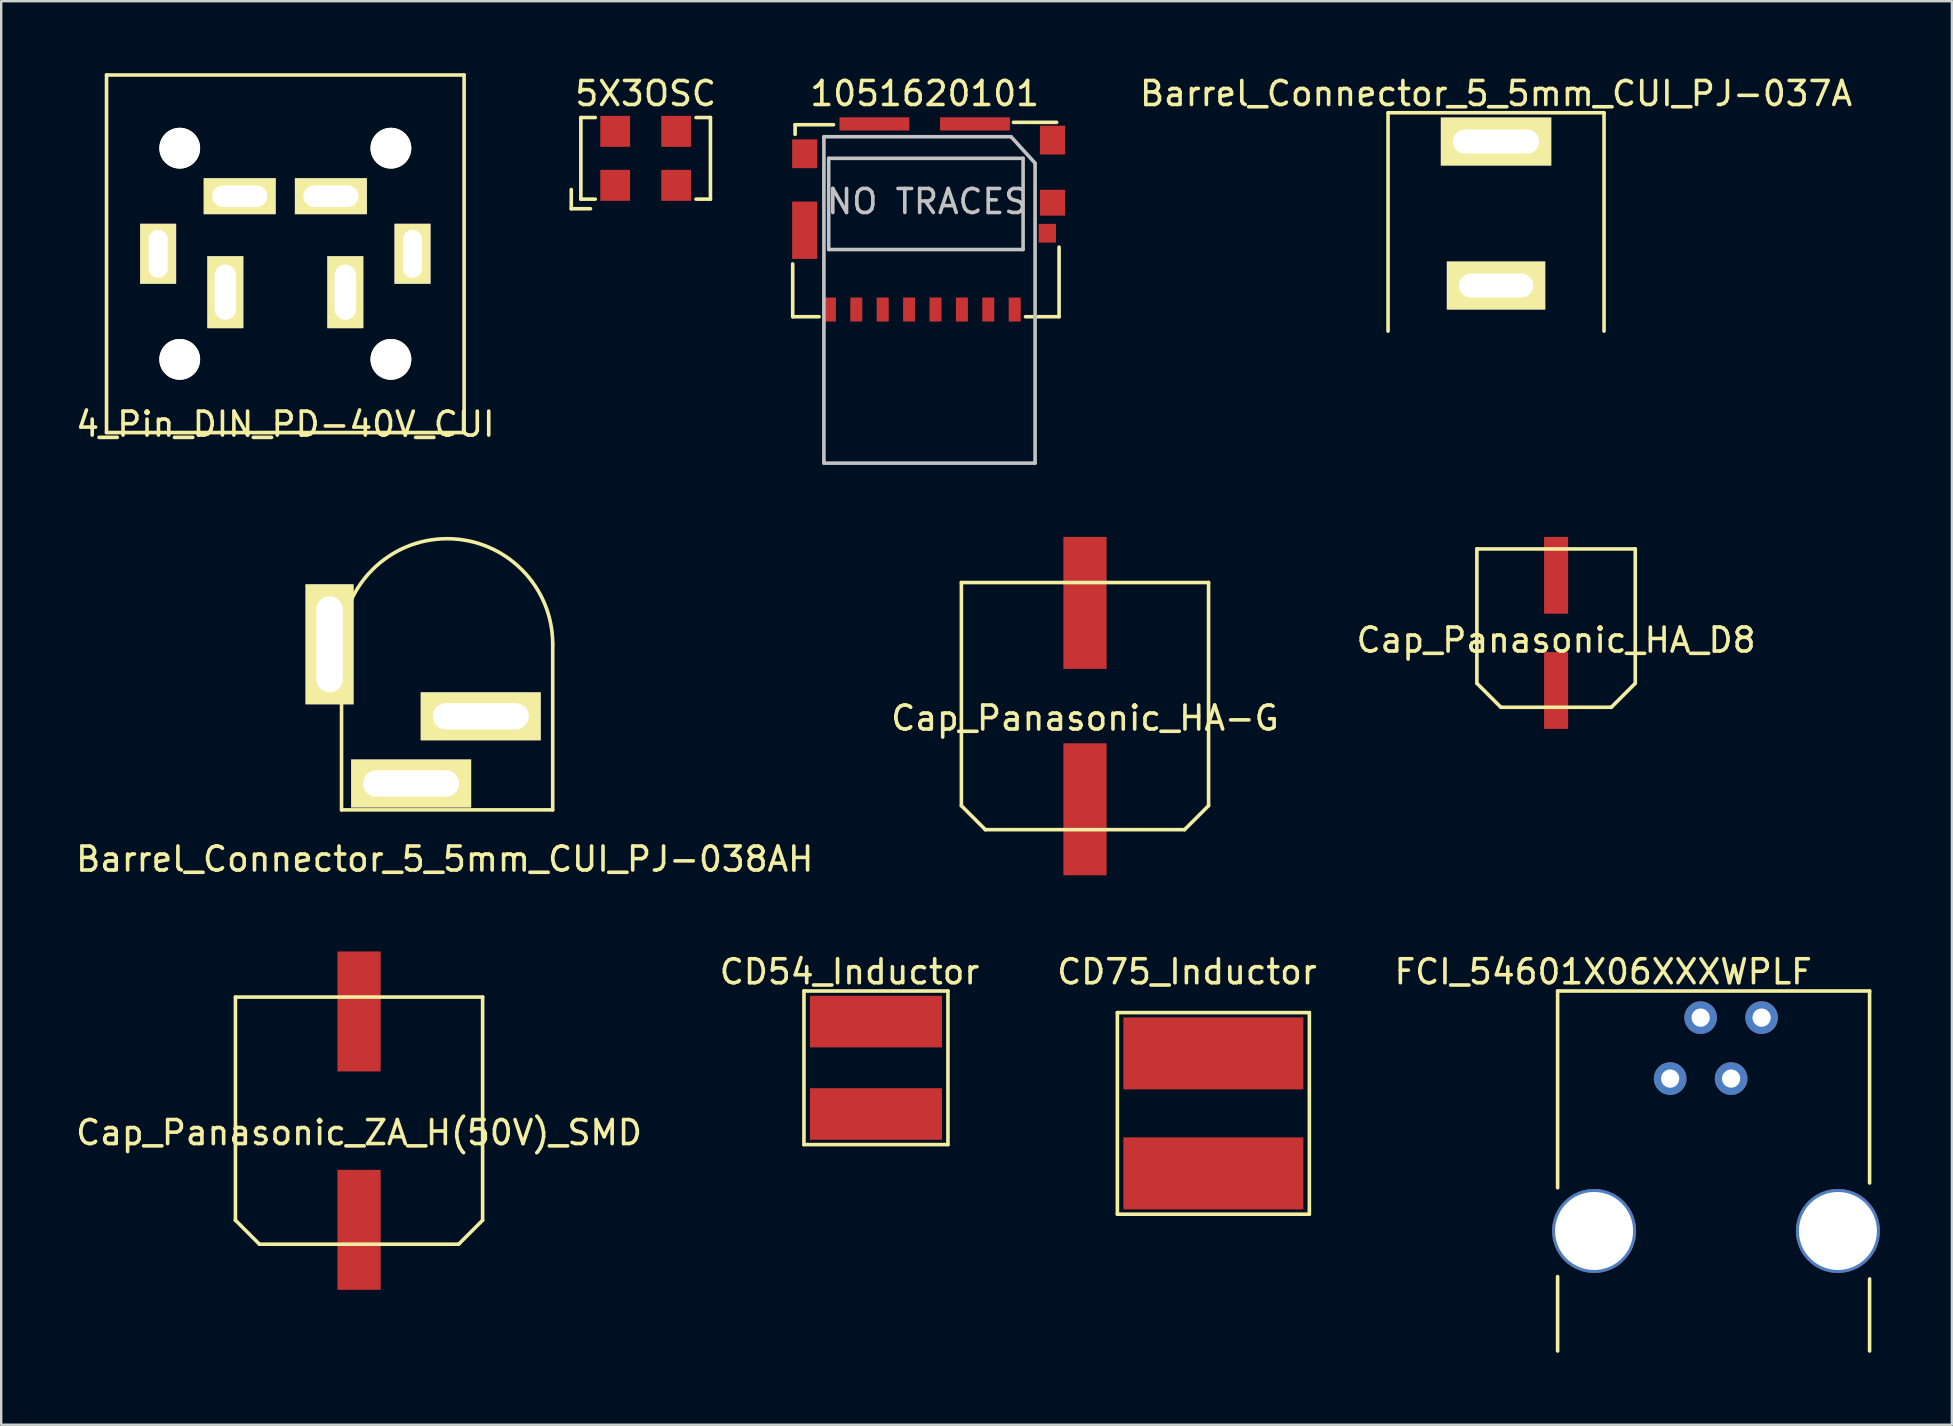
<source format=kicad_pcb>
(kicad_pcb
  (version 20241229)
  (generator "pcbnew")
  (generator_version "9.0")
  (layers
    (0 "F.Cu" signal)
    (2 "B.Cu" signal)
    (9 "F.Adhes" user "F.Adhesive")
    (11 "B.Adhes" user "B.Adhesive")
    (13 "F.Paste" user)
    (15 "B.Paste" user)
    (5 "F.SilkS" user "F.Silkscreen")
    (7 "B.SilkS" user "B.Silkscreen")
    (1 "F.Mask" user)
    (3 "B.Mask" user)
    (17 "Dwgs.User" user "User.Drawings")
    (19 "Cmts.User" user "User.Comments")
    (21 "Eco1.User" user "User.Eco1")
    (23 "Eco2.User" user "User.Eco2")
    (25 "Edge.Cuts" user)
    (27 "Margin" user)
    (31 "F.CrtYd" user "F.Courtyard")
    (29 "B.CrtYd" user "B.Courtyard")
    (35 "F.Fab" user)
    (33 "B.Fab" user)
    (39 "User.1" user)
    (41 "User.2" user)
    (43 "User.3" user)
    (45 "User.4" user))
  (footprint "CD54_Inductor"
    (layer "F.Cu")
    (at 33.451 41.445)
    (property "Reference" "CD54_Inductor" (at -1.1 -4 0) (layer "F.SilkS") (effects (font (size 1 1) (thickness 0.15))))
    (attr through_hole)
    (fp_line (start -3 -3.2) (end -3 3.2) (stroke (width 0.15) (type solid)) (layer "F.SilkS"))
    (fp_line (start -3 3.2) (end 3 3.2) (stroke (width 0.15) (type solid)) (layer "F.SilkS"))
    (fp_line (start 3 -3.2) (end -3 -3.2) (stroke (width 0.15) (type solid)) (layer "F.SilkS"))
    (fp_line (start 3 3.2) (end 3 -3.2) (stroke (width 0.15) (type solid)) (layer "F.SilkS"))
    (pad "1" smd rect (at 0 -1.925) (size 5.5 2.15) (layers "F.Cu" "F.Mask" "F.Paste"))
    (pad "2" smd rect (at 0 1.925) (size 5.5 2.15) (layers "F.Cu" "F.Mask" "F.Paste")))
  (footprint "Cap_Panasonic_HA_D8"
    (layer "F.Cu")
    (at 61.792 23.123)
    (property "Reference" "Cap_Panasonic_HA_D8" (at 0 0.5 0) (layer "F.SilkS") (effects (font (size 1 1) (thickness 0.15))))
    (attr through_hole)
    (fp_line (start -3.3 -3.3) (end 3.3 -3.3) (stroke (width 0.15) (type solid)) (layer "F.SilkS"))
    (fp_line (start -3.3 2.3) (end -3.3 -3.3) (stroke (width 0.15) (type solid)) (layer "F.SilkS"))
    (fp_line (start -2.3 3.3) (end -3.3 2.3) (stroke (width 0.15) (type solid)) (layer "F.SilkS"))
    (fp_line (start 2.3 3.3) (end -2.3 3.3) (stroke (width 0.15) (type solid)) (layer "F.SilkS"))
    (fp_line (start 3.3 -3.3) (end 3.3 2.3) (stroke (width 0.15) (type solid)) (layer "F.SilkS"))
    (fp_line (start 3.3 2.3) (end 2.3 3.3) (stroke (width 0.15) (type solid)) (layer "F.SilkS"))
    (pad "1" smd rect (at 0 -2.2) (size 1 3.2) (layers "F.Cu" "F.Mask" "F.Paste"))
    (pad "2" smd rect (at 0 2.6) (size 1 3.2) (layers "F.Cu" "F.Mask" "F.Paste")))
  (footprint "Cap_Panasonic_ZA_H(50V)_SMD"
    (layer "F.Cu")
    (at 11.911 43.647)
    (property "Reference" "Cap_Panasonic_ZA_H(50V)_SMD" (at 0 0.5 0) (layer "F.SilkS") (effects (font (size 1 1) (thickness 0.15))))
    (attr through_hole)
    (fp_line (start -5.15 -5.15) (end 5.15 -5.15) (stroke (width 0.15) (type solid)) (layer "F.SilkS"))
    (fp_line (start -5.15 4.15) (end -5.15 -5.15) (stroke (width 0.15) (type solid)) (layer "F.SilkS"))
    (fp_line (start -4.15 5.15) (end -5.15 4.15) (stroke (width 0.15) (type solid)) (layer "F.SilkS"))
    (fp_line (start 4.15 5.15) (end -4.15 5.15) (stroke (width 0.15) (type solid)) (layer "F.SilkS"))
    (fp_line (start 5.15 -5.15) (end 5.15 4.15) (stroke (width 0.15) (type solid)) (layer "F.SilkS"))
    (fp_line (start 5.15 4.15) (end 4.15 5.15) (stroke (width 0.15) (type solid)) (layer "F.SilkS"))
    (pad "1" smd rect (at 0 4.55) (size 1.8 5) (layers "F.Cu" "F.Mask" "F.Paste"))
    (pad "2" smd rect (at 0 -4.55) (size 1.8 5) (layers "F.Cu" "F.Mask" "F.Paste")))
  (footprint "5X3OSC"
    (layer "F.Cu")
    (at 23.854 3.548)
    (property "Reference" "5X3OSC" (at 0 -2.7 0) (layer "F.SilkS") (effects (font (size 1 1) (thickness 0.15))))
    (attr through_hole)
    (fp_line (start -3.1 2.1) (end -3.1 1.3) (stroke (width 0.15) (type solid)) (layer "F.SilkS"))
    (fp_line (start -2.7 -1.7) (end -2.7 1.7) (stroke (width 0.15) (type solid)) (layer "F.SilkS"))
    (fp_line (start -2.7 -1.7) (end -2.1 -1.7) (stroke (width 0.15) (type solid)) (layer "F.SilkS"))
    (fp_line (start -2.7 1.7) (end -2.1 1.7) (stroke (width 0.15) (type solid)) (layer "F.SilkS"))
    (fp_line (start -2.3 2.1) (end -3.1 2.1) (stroke (width 0.15) (type solid)) (layer "F.SilkS"))
    (fp_line (start 2.1 -1.7) (end 2.7 -1.7) (stroke (width 0.15) (type solid)) (layer "F.SilkS"))
    (fp_line (start 2.7 -1.7) (end 2.7 1.7) (stroke (width 0.15) (type solid)) (layer "F.SilkS"))
    (fp_line (start 2.7 1.7) (end 2.1 1.7) (stroke (width 0.15) (type solid)) (layer "F.SilkS"))
    (pad "1" smd rect (at -1.27 1.125) (size 1.24 1.29) (layers "F.Cu" "F.Mask" "F.Paste"))
    (pad "2" smd rect (at 1.27 1.125) (size 1.24 1.29) (layers "F.Cu" "F.Mask" "F.Paste"))
    (pad "3" smd rect (at 1.27 -1.125) (size 1.24 1.29) (layers "F.Cu" "F.Mask" "F.Paste"))
    (pad "4" smd rect (at -1.27 -1.125) (size 1.24 1.29) (layers "F.Cu" "F.Mask" "F.Paste")))
  (footprint "CD75_Inductor"
    (layer "F.Cu")
    (at 47.511 43.345)
    (property "Reference" "CD75_Inductor" (at -1.1 -5.9 0) (layer "F.SilkS") (effects (font (size 1 1) (thickness 0.15))))
    (attr through_hole)
    (fp_line (start -4 -4.2) (end 4 -4.2) (stroke (width 0.15) (type solid)) (layer "F.SilkS"))
    (fp_line (start -4 4.2) (end -4 -4.2) (stroke (width 0.15) (type solid)) (layer "F.SilkS"))
    (fp_line (start 4 -4.2) (end 4 4.2) (stroke (width 0.15) (type solid)) (layer "F.SilkS"))
    (fp_line (start 4 4.2) (end -4 4.2) (stroke (width 0.15) (type solid)) (layer "F.SilkS"))
    (pad "1" smd rect (at 0 -2.5) (size 7.5 3) (layers "F.Cu" "F.Mask" "F.Paste"))
    (pad "2" smd rect (at 0 2.5) (size 7.5 3) (layers "F.Cu" "F.Mask" "F.Paste")))
  (footprint "Barrel_Connector_5_5mm_CUI_PJ-037A"
    (layer "F.Cu")
    (at 59.29 8.848)
    (property "Reference" "Barrel_Connector_5_5mm_CUI_PJ-037A" (at 0 -8 0) (layer "F.SilkS") (effects (font (size 1 1) (thickness 0.15))))
    (attr through_hole)
    (fp_line (start -4.5 -7.2) (end 4.5 -7.2) (stroke (width 0.15) (type solid)) (layer "F.SilkS"))
    (fp_line (start -4.5 1.9) (end -4.5 -7.2) (stroke (width 0.15) (type solid)) (layer "F.SilkS"))
    (fp_line (start 4.5 -7.2) (end 4.5 1.9) (stroke (width 0.15) (type solid)) (layer "F.SilkS"))
    (pad "1" thru_hole rect (at 0 -6) (size 4.6 2) (drill oval 3.6 1) (layers "*.Cu" "*.Mask" "F.SilkS"))
    (pad "2" thru_hole rect (at 0 0) (size 4.1 2) (drill oval 3.1 1) (layers "*.Cu" "*.Mask" "F.SilkS")))
  (footprint "FCI_54601X06XXXWPLF"
    (layer "F.Cu")
    (at 68.456 48.245)
    (property "Reference" "FCI_54601X06XXXWPLF" (at -4.7 -10.8 0) (layer "F.SilkS") (effects (font (size 1 1) (thickness 0.15))))
    (attr through_hole)
    (fp_line (start -6.6 -10) (end 6.4 -10) (stroke (width 0.15) (type solid)) (layer "F.SilkS"))
    (fp_line (start -6.6 -1.8) (end -6.6 -10) (stroke (width 0.15) (type solid)) (layer "F.SilkS"))
    (fp_line (start -6.6 5) (end -6.6 1.9) (stroke (width 0.15) (type solid)) (layer "F.SilkS"))
    (fp_line (start 6.4 -10) (end 6.4 -2) (stroke (width 0.15) (type solid)) (layer "F.SilkS"))
    (fp_line (start 6.4 2) (end 6.4 5) (stroke (width 0.15) (type solid)) (layer "F.SilkS"))
    (pad "" np_thru_hole circle (at -5.08 0) (size 3.5 3.5) (drill 3.25) (layers "*.Cu" "*.Mask"))
    (pad "" np_thru_hole circle (at 5.08 0) (size 3.5 3.5) (drill 3.25) (layers "*.Cu" "*.Mask"))
    (pad "2" thru_hole circle (at -0.64 -8.89) (size 1.36 1.36) (drill 0.76) (layers "*.Cu" "*.Mask"))
    (pad "3" thru_hole circle (at 1.9 -8.89) (size 1.36 1.36) (drill 0.76) (layers "*.Cu" "*.Mask"))
    (pad "4" thru_hole circle (at -1.91 -6.35) (size 1.36 1.36) (drill 0.76) (layers "*.Cu" "*.Mask"))
    (pad "5" thru_hole circle (at 0.63 -6.35) (size 1.36 1.36) (drill 0.76) (layers "*.Cu" "*.Mask")))
  (footprint "4_Pin_DIN_PD-40V_CUI"
    (layer "F.Cu")
    (at 8.839 7.525)
    (property "Reference" "4_Pin_DIN_PD-40V_CUI" (at 0 7.1 0) (layer "F.SilkS") (effects (font (size 1 1) (thickness 0.15))))
    (attr through_hole)
    (fp_line (start -7.45 -7.45) (end 7.45 -7.45) (stroke (width 0.15) (type solid)) (layer "F.SilkS"))
    (fp_line (start -7.45 7.45) (end -7.45 -7.45) (stroke (width 0.15) (type solid)) (layer "F.SilkS"))
    (fp_line (start 7.45 -7.45) (end 7.45 7.45) (stroke (width 0.15) (type solid)) (layer "F.SilkS"))
    (fp_line (start 7.45 7.45) (end -7.45 7.45) (stroke (width 0.15) (type solid)) (layer "F.SilkS"))
    (pad "" np_thru_hole circle (at -4.4 -4.4) (size 1.7 1.7) (drill 1.7) (layers "*.Cu" "*.Mask" "F.SilkS"))
    (pad "" np_thru_hole circle (at -4.4 4.4) (size 1.7 1.7) (drill 1.7) (layers "*.Cu" "*.Mask" "F.SilkS"))
    (pad "" np_thru_hole circle (at 4.4 -4.4) (size 1.7 1.7) (drill 1.7) (layers "*.Cu" "*.Mask" "F.SilkS"))
    (pad "" np_thru_hole circle (at 4.4 4.4) (size 1.7 1.7) (drill 1.7) (layers "*.Cu" "*.Mask" "F.SilkS"))
    (pad "1" thru_hole rect (at -1.9 -2.4) (size 3 1.5) (drill oval 2.3 0.9) (layers "*.Cu" "*.Mask" "F.SilkS"))
    (pad "2" thru_hole rect (at 1.9 -2.4) (size 3 1.5) (drill oval 2.3 0.9) (layers "*.Cu" "*.Mask" "F.SilkS"))
    (pad "3" thru_hole rect (at -2.5 1.6) (size 1.5 3) (drill oval 0.9 2.3) (layers "*.Cu" "*.Mask" "F.SilkS"))
    (pad "4" thru_hole rect (at 2.5 1.6) (size 1.5 3) (drill oval 0.9 2.3) (layers "*.Cu" "*.Mask" "F.SilkS"))
    (pad "5" thru_hole rect (at -5.3 0) (size 1.5 2.5) (drill oval 0.8 2) (layers "*.Cu" "*.Mask" "F.SilkS"))
    (pad "6" thru_hole rect (at 5.3 0) (size 1.5 2.5) (drill oval 0.8 2) (layers "*.Cu" "*.Mask" "F.SilkS")))
  (footprint "Cap_Panasonic_HA-G"
    (layer "F.Cu")
    (at 42.161 26.373)
    (property "Reference" "Cap_Panasonic_HA-G" (at 0 0.5 0) (layer "F.SilkS") (effects (font (size 1 1) (thickness 0.15))))
    (attr through_hole)
    (fp_line (start -5.15 -5.15) (end 5.15 -5.15) (stroke (width 0.15) (type solid)) (layer "F.SilkS"))
    (fp_line (start -5.15 4.15) (end -5.15 -5.15) (stroke (width 0.15) (type solid)) (layer "F.SilkS"))
    (fp_line (start -4.15 5.15) (end -5.15 4.15) (stroke (width 0.15) (type solid)) (layer "F.SilkS"))
    (fp_line (start 4.15 5.15) (end -4.15 5.15) (stroke (width 0.15) (type solid)) (layer "F.SilkS"))
    (fp_line (start 5.15 -5.15) (end 5.15 4.15) (stroke (width 0.15) (type solid)) (layer "F.SilkS"))
    (fp_line (start 5.15 4.15) (end 4.15 5.15) (stroke (width 0.15) (type solid)) (layer "F.SilkS"))
    (pad "1" smd rect (at 0 4.3) (size 1.8 5.5) (layers "F.Cu" "F.Mask" "F.Paste"))
    (pad "2" smd rect (at 0 -4.3) (size 1.8 5.5) (layers "F.Cu" "F.Mask" "F.Paste")))
  (footprint "Barrel_Connector_5_5mm_CUI_PJ-038AH"
    (layer "F.Cu")
    (at 15.582 23.798)
    (property "Reference" "Barrel_Connector_5_5mm_CUI_PJ-038AH" (at -0.1 8.95 0) (layer "F.SilkS") (effects (font (size 1 1) (thickness 0.15))))
    (attr through_hole)
    (fp_line (start -4.4 0) (end -4.4 6.9) (stroke (width 0.15) (type solid)) (layer "F.SilkS"))
    (fp_line (start -4.4 6.9) (end 4.4 6.9) (stroke (width 0.15) (type solid)) (layer "F.SilkS"))
    (fp_line (start 4.4 6.9) (end 4.4 0) (stroke (width 0.15) (type solid)) (layer "F.SilkS"))
    (fp_arc (start -4.4 0) (mid 0 -4.4) (end 4.4 0) (stroke (width 0.15) (type solid)) (layer "F.SilkS"))
    (pad "1" thru_hole rect (at -4.9 0) (size 2 5) (drill oval 1.1 4) (layers "*.Cu" "*.Mask" "F.SilkS"))
    (pad "2" thru_hole rect (at -1.5 5.8) (size 5 2) (drill oval 4 1.1) (layers "*.Cu" "*.Mask" "F.SilkS"))
    (pad "3" thru_hole rect (at 1.4 3) (size 5 2) (drill oval 4 1.1) (layers "*.Cu" "*.Mask" "F.SilkS")))
  (footprint "1051620101"
    (layer "F.Cu")
    (at 35.482 9.348)
    (property "Reference" "1051620101" (at 0 -8.5 0) (layer "F.SilkS") (effects (font (size 1 1) (thickness 0.15))))
    (attr through_hole)
    (fp_line (start -5.5 0.8) (end -5.5 -1.4) (stroke (width 0.15) (type solid)) (layer "F.SilkS"))
    (fp_line (start -5.4 -7.2) (end -3.8 -7.2) (stroke (width 0.15) (type solid)) (layer "F.SilkS"))
    (fp_line (start -5.4 -6.8) (end -5.4 -7.2) (stroke (width 0.15) (type solid)) (layer "F.SilkS"))
    (fp_line (start -4.4 0.8) (end -5.5 0.8) (stroke (width 0.15) (type solid)) (layer "F.SilkS"))
    (fp_line (start 3.7 -7.3) (end 5.5 -7.3) (stroke (width 0.15) (type solid)) (layer "F.SilkS"))
    (fp_line (start 5.6 -2.1) (end 5.6 0.8) (stroke (width 0.15) (type solid)) (layer "F.SilkS"))
    (fp_line (start 5.6 0.8) (end 4.2 0.8) (stroke (width 0.15) (type solid)) (layer "F.SilkS"))
    (fp_line (start -4.2 -6.7) (end 3.6 -6.7) (stroke (width 0.15) (type solid)) (layer "Dwgs.User"))
    (fp_line (start -4.2 6.9) (end -4.2 -6.7) (stroke (width 0.15) (type solid)) (layer "Dwgs.User"))
    (fp_line (start -4 -5.8) (end -4 -2) (stroke (width 0.15) (type solid)) (layer "Dwgs.User"))
    (fp_line (start -4 -2) (end 4.1 -2) (stroke (width 0.15) (type solid)) (layer "Dwgs.User"))
    (fp_line (start 3.6 -6.7) (end 4.6 -5.6) (stroke (width 0.15) (type solid)) (layer "Dwgs.User"))
    (fp_line (start 4.1 -5.8) (end -4 -5.8) (stroke (width 0.15) (type solid)) (layer "Dwgs.User"))
    (fp_line (start 4.1 -2) (end 4.1 -5.8) (stroke (width 0.15) (type solid)) (layer "Dwgs.User"))
    (fp_line (start 4.6 -5.6) (end 4.6 6.9) (stroke (width 0.15) (type solid)) (layer "Dwgs.User"))
    (fp_line (start 4.6 6.9) (end -4.2 6.9) (stroke (width 0.15) (type solid)) (layer "Dwgs.User"))
    (fp_text user "NO TRACES" (at 0.1 -4 0) (layer "Dwgs.User") (effects (font (size 1 1) (thickness 0.15))))
    (pad "1" smd rect (at 3.75 0.5) (size 0.5 1) (layers "F.Cu" "F.Mask" "F.Paste"))
    (pad "2" smd rect (at 2.65 0.5) (size 0.5 1) (layers "F.Cu" "F.Mask" "F.Paste"))
    (pad "3" smd rect (at 1.55 0.5) (size 0.5 1) (layers "F.Cu" "F.Mask" "F.Paste"))
    (pad "4" smd rect (at 0.45 0.5) (size 0.5 1) (layers "F.Cu" "F.Mask" "F.Paste"))
    (pad "5" smd rect (at -0.65 0.5) (size 0.5 1) (layers "F.Cu" "F.Mask" "F.Paste"))
    (pad "6" smd rect (at -1.75 0.5) (size 0.5 1) (layers "F.Cu" "F.Mask" "F.Paste"))
    (pad "7" smd rect (at -2.85 0.5) (size 0.5 1) (layers "F.Cu" "F.Mask" "F.Paste"))
    (pad "8" smd rect (at -3.95 0.5) (size 0.5 1) (layers "F.Cu" "F.Mask" "F.Paste"))
    (pad "9" smd rect (at 5.11 -2.68) (size 0.72 0.78) (layers "F.Cu" "F.Mask" "F.Paste"))
    (pad "G1" smd rect (at 5.325 -3.95) (size 1.05 1.08) (layers "F.Cu" "F.Mask" "F.Paste"))
    (pad "G2" smd rect (at 5.325 -6.56) (size 1.05 1.2) (layers "F.Cu" "F.Mask" "F.Paste"))
    (pad "G3" smd rect (at -5 -5.99) (size 1.05 1.2) (layers "F.Cu" "F.Mask" "F.Paste"))
    (pad "G4" smd rect (at -5 -2.805) (size 1.05 2.39) (layers "F.Cu" "F.Mask" "F.Paste"))
    (pad "NC1" smd rect (at -2.095 -7.235) (size 2.91 0.55) (layers "F.Cu" "F.Mask" "F.Paste"))
    (pad "NC2" smd rect (at 2.095 -7.235) (size 2.91 0.55) (layers "F.Cu" "F.Mask" "F.Paste")))
  (gr_rect
    (start -3 -3)
    (end 78.286 56.32)
    (stroke (width 0.1) (type default))
    (fill no)
    (layer "Edge.Cuts")))
</source>
